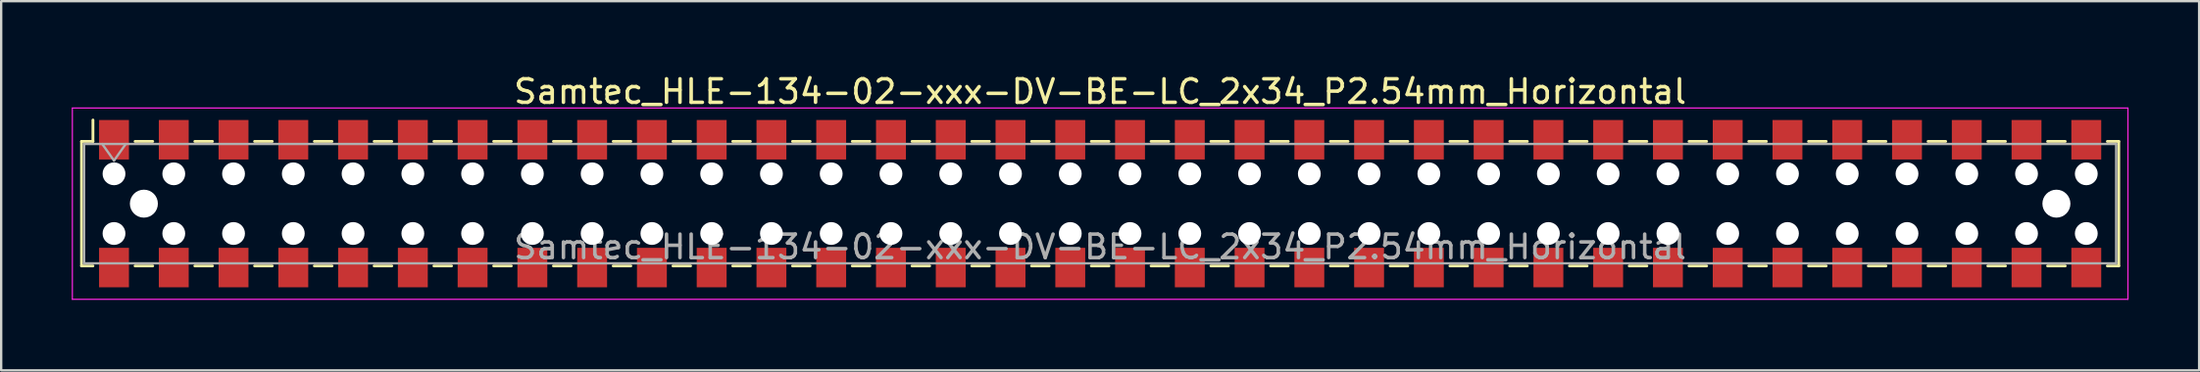
<source format=kicad_pcb>
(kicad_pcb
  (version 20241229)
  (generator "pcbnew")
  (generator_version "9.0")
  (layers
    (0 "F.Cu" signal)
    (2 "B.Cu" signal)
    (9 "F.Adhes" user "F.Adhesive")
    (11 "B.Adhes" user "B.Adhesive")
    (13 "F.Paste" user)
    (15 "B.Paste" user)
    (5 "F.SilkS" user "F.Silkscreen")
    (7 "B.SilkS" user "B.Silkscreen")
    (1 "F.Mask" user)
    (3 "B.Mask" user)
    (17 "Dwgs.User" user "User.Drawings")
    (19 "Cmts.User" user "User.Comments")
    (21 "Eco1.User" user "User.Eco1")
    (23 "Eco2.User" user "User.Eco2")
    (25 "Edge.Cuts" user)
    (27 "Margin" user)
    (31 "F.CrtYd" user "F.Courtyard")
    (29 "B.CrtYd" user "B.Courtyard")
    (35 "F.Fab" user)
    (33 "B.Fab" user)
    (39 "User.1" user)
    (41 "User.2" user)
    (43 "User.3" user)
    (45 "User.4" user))
  (footprint "Samtec_HLE-134-02-xxx-DV-BE-LC_2x34_P2.54mm_Horizontal"
    (layer "F.Cu")
    (at 43.705 5.618)
    (property "Reference" "Samtec_HLE-134-02-xxx-DV-BE-LC_2x34_P2.54mm_Horizontal" (at 0 -4.77 0) (layer "F.SilkS") (effects (font (size 1 1) (thickness 0.15))))
    (attr smd)
    (fp_line (start -43.29 -2.65) (end -43.29 2.65) (stroke (width 0.12) (type solid)) (layer "F.SilkS"))
    (fp_line (start -43.29 2.65) (end -42.805 2.65) (stroke (width 0.12) (type solid)) (layer "F.SilkS"))
    (fp_line (start -42.805 -3.56) (end -42.805 -2.65) (stroke (width 0.12) (type solid)) (layer "F.SilkS"))
    (fp_line (start -42.805 -2.65) (end -43.29 -2.65) (stroke (width 0.12) (type solid)) (layer "F.SilkS"))
    (fp_line (start -41.015 -2.65) (end -40.265 -2.65) (stroke (width 0.12) (type solid)) (layer "F.SilkS"))
    (fp_line (start -41.015 2.65) (end -40.265 2.65) (stroke (width 0.12) (type solid)) (layer "F.SilkS"))
    (fp_line (start -38.475 -2.65) (end -37.725 -2.65) (stroke (width 0.12) (type solid)) (layer "F.SilkS"))
    (fp_line (start -38.475 2.65) (end -37.725 2.65) (stroke (width 0.12) (type solid)) (layer "F.SilkS"))
    (fp_line (start -35.935 -2.65) (end -35.185 -2.65) (stroke (width 0.12) (type solid)) (layer "F.SilkS"))
    (fp_line (start -35.935 2.65) (end -35.185 2.65) (stroke (width 0.12) (type solid)) (layer "F.SilkS"))
    (fp_line (start -33.395 -2.65) (end -32.645 -2.65) (stroke (width 0.12) (type solid)) (layer "F.SilkS"))
    (fp_line (start -33.395 2.65) (end -32.645 2.65) (stroke (width 0.12) (type solid)) (layer "F.SilkS"))
    (fp_line (start -30.855 -2.65) (end -30.105 -2.65) (stroke (width 0.12) (type solid)) (layer "F.SilkS"))
    (fp_line (start -30.855 2.65) (end -30.105 2.65) (stroke (width 0.12) (type solid)) (layer "F.SilkS"))
    (fp_line (start -28.315 -2.65) (end -27.565 -2.65) (stroke (width 0.12) (type solid)) (layer "F.SilkS"))
    (fp_line (start -28.315 2.65) (end -27.565 2.65) (stroke (width 0.12) (type solid)) (layer "F.SilkS"))
    (fp_line (start -25.775 -2.65) (end -25.025 -2.65) (stroke (width 0.12) (type solid)) (layer "F.SilkS"))
    (fp_line (start -25.775 2.65) (end -25.025 2.65) (stroke (width 0.12) (type solid)) (layer "F.SilkS"))
    (fp_line (start -23.235 -2.65) (end -22.485 -2.65) (stroke (width 0.12) (type solid)) (layer "F.SilkS"))
    (fp_line (start -23.235 2.65) (end -22.485 2.65) (stroke (width 0.12) (type solid)) (layer "F.SilkS"))
    (fp_line (start -20.695 -2.65) (end -19.945 -2.65) (stroke (width 0.12) (type solid)) (layer "F.SilkS"))
    (fp_line (start -20.695 2.65) (end -19.945 2.65) (stroke (width 0.12) (type solid)) (layer "F.SilkS"))
    (fp_line (start -18.155 -2.65) (end -17.405 -2.65) (stroke (width 0.12) (type solid)) (layer "F.SilkS"))
    (fp_line (start -18.155 2.65) (end -17.405 2.65) (stroke (width 0.12) (type solid)) (layer "F.SilkS"))
    (fp_line (start -15.615 -2.65) (end -14.865 -2.65) (stroke (width 0.12) (type solid)) (layer "F.SilkS"))
    (fp_line (start -15.615 2.65) (end -14.865 2.65) (stroke (width 0.12) (type solid)) (layer "F.SilkS"))
    (fp_line (start -13.075 -2.65) (end -12.325 -2.65) (stroke (width 0.12) (type solid)) (layer "F.SilkS"))
    (fp_line (start -13.075 2.65) (end -12.325 2.65) (stroke (width 0.12) (type solid)) (layer "F.SilkS"))
    (fp_line (start -10.535 -2.65) (end -9.785 -2.65) (stroke (width 0.12) (type solid)) (layer "F.SilkS"))
    (fp_line (start -10.535 2.65) (end -9.785 2.65) (stroke (width 0.12) (type solid)) (layer "F.SilkS"))
    (fp_line (start -7.995 -2.65) (end -7.245 -2.65) (stroke (width 0.12) (type solid)) (layer "F.SilkS"))
    (fp_line (start -7.995 2.65) (end -7.245 2.65) (stroke (width 0.12) (type solid)) (layer "F.SilkS"))
    (fp_line (start -5.455 -2.65) (end -4.705 -2.65) (stroke (width 0.12) (type solid)) (layer "F.SilkS"))
    (fp_line (start -5.455 2.65) (end -4.705 2.65) (stroke (width 0.12) (type solid)) (layer "F.SilkS"))
    (fp_line (start -2.915 -2.65) (end -2.165 -2.65) (stroke (width 0.12) (type solid)) (layer "F.SilkS"))
    (fp_line (start -2.915 2.65) (end -2.165 2.65) (stroke (width 0.12) (type solid)) (layer "F.SilkS"))
    (fp_line (start -0.375 -2.65) (end 0.375 -2.65) (stroke (width 0.12) (type solid)) (layer "F.SilkS"))
    (fp_line (start -0.375 2.65) (end 0.375 2.65) (stroke (width 0.12) (type solid)) (layer "F.SilkS"))
    (fp_line (start 2.165 -2.65) (end 2.915 -2.65) (stroke (width 0.12) (type solid)) (layer "F.SilkS"))
    (fp_line (start 2.165 2.65) (end 2.915 2.65) (stroke (width 0.12) (type solid)) (layer "F.SilkS"))
    (fp_line (start 4.705 -2.65) (end 5.455 -2.65) (stroke (width 0.12) (type solid)) (layer "F.SilkS"))
    (fp_line (start 4.705 2.65) (end 5.455 2.65) (stroke (width 0.12) (type solid)) (layer "F.SilkS"))
    (fp_line (start 7.245 -2.65) (end 7.995 -2.65) (stroke (width 0.12) (type solid)) (layer "F.SilkS"))
    (fp_line (start 7.245 2.65) (end 7.995 2.65) (stroke (width 0.12) (type solid)) (layer "F.SilkS"))
    (fp_line (start 9.785 -2.65) (end 10.535 -2.65) (stroke (width 0.12) (type solid)) (layer "F.SilkS"))
    (fp_line (start 9.785 2.65) (end 10.535 2.65) (stroke (width 0.12) (type solid)) (layer "F.SilkS"))
    (fp_line (start 12.325 -2.65) (end 13.075 -2.65) (stroke (width 0.12) (type solid)) (layer "F.SilkS"))
    (fp_line (start 12.325 2.65) (end 13.075 2.65) (stroke (width 0.12) (type solid)) (layer "F.SilkS"))
    (fp_line (start 14.865 -2.65) (end 15.615 -2.65) (stroke (width 0.12) (type solid)) (layer "F.SilkS"))
    (fp_line (start 14.865 2.65) (end 15.615 2.65) (stroke (width 0.12) (type solid)) (layer "F.SilkS"))
    (fp_line (start 17.405 -2.65) (end 18.155 -2.65) (stroke (width 0.12) (type solid)) (layer "F.SilkS"))
    (fp_line (start 17.405 2.65) (end 18.155 2.65) (stroke (width 0.12) (type solid)) (layer "F.SilkS"))
    (fp_line (start 19.945 -2.65) (end 20.695 -2.65) (stroke (width 0.12) (type solid)) (layer "F.SilkS"))
    (fp_line (start 19.945 2.65) (end 20.695 2.65) (stroke (width 0.12) (type solid)) (layer "F.SilkS"))
    (fp_line (start 22.485 -2.65) (end 23.235 -2.65) (stroke (width 0.12) (type solid)) (layer "F.SilkS"))
    (fp_line (start 22.485 2.65) (end 23.235 2.65) (stroke (width 0.12) (type solid)) (layer "F.SilkS"))
    (fp_line (start 25.025 -2.65) (end 25.775 -2.65) (stroke (width 0.12) (type solid)) (layer "F.SilkS"))
    (fp_line (start 25.025 2.65) (end 25.775 2.65) (stroke (width 0.12) (type solid)) (layer "F.SilkS"))
    (fp_line (start 27.565 -2.65) (end 28.315 -2.65) (stroke (width 0.12) (type solid)) (layer "F.SilkS"))
    (fp_line (start 27.565 2.65) (end 28.315 2.65) (stroke (width 0.12) (type solid)) (layer "F.SilkS"))
    (fp_line (start 30.105 -2.65) (end 30.855 -2.65) (stroke (width 0.12) (type solid)) (layer "F.SilkS"))
    (fp_line (start 30.105 2.65) (end 30.855 2.65) (stroke (width 0.12) (type solid)) (layer "F.SilkS"))
    (fp_line (start 32.645 -2.65) (end 33.395 -2.65) (stroke (width 0.12) (type solid)) (layer "F.SilkS"))
    (fp_line (start 32.645 2.65) (end 33.395 2.65) (stroke (width 0.12) (type solid)) (layer "F.SilkS"))
    (fp_line (start 35.185 -2.65) (end 35.935 -2.65) (stroke (width 0.12) (type solid)) (layer "F.SilkS"))
    (fp_line (start 35.185 2.65) (end 35.935 2.65) (stroke (width 0.12) (type solid)) (layer "F.SilkS"))
    (fp_line (start 37.725 -2.65) (end 38.475 -2.65) (stroke (width 0.12) (type solid)) (layer "F.SilkS"))
    (fp_line (start 37.725 2.65) (end 38.475 2.65) (stroke (width 0.12) (type solid)) (layer "F.SilkS"))
    (fp_line (start 40.265 -2.65) (end 41.015 -2.65) (stroke (width 0.12) (type solid)) (layer "F.SilkS"))
    (fp_line (start 40.265 2.65) (end 41.015 2.65) (stroke (width 0.12) (type solid)) (layer "F.SilkS"))
    (fp_line (start 42.805 -2.65) (end 43.29 -2.65) (stroke (width 0.12) (type solid)) (layer "F.SilkS"))
    (fp_line (start 43.29 -2.65) (end 43.29 2.65) (stroke (width 0.12) (type solid)) (layer "F.SilkS"))
    (fp_line (start 43.29 2.65) (end 42.805 2.65) (stroke (width 0.12) (type solid)) (layer "F.SilkS"))
    (fp_line (start -43.68 -4.07) (end 43.68 -4.07) (stroke (width 0.05) (type solid)) (layer "F.CrtYd"))
    (fp_line (start -43.68 4.07) (end -43.68 -4.07) (stroke (width 0.05) (type solid)) (layer "F.CrtYd"))
    (fp_line (start 43.68 -4.07) (end 43.68 4.07) (stroke (width 0.05) (type solid)) (layer "F.CrtYd"))
    (fp_line (start 43.68 4.07) (end -43.68 4.07) (stroke (width 0.05) (type solid)) (layer "F.CrtYd"))
    (fp_line (start -43.18 -2.54) (end 43.18 -2.54) (stroke (width 0.1) (type solid)) (layer "F.Fab"))
    (fp_line (start -43.18 2.54) (end -43.18 -2.54) (stroke (width 0.1) (type solid)) (layer "F.Fab"))
    (fp_line (start -42.41 -2.54) (end -41.91 -1.833) (stroke (width 0.1) (type solid)) (layer "F.Fab"))
    (fp_line (start -41.91 -1.833) (end -41.41 -2.54) (stroke (width 0.1) (type solid)) (layer "F.Fab"))
    (fp_line (start 43.18 -2.54) (end 43.18 2.54) (stroke (width 0.1) (type solid)) (layer "F.Fab"))
    (fp_line (start 43.18 2.54) (end -43.18 2.54) (stroke (width 0.1) (type solid)) (layer "F.Fab"))
    (fp_text user "${REFERENCE}" (at 0 1.84 0) (layer "F.Fab") (effects (font (size 1 1) (thickness 0.15))))
    (pad "" np_thru_hole circle (at -41.91 -1.27) (size 0.97 0.97) (drill 0.97) (layers "*.Cu" "*.Mask"))
    (pad "" np_thru_hole circle (at -41.91 1.27) (size 0.97 0.97) (drill 0.97) (layers "*.Cu" "*.Mask"))
    (pad "" np_thru_hole circle (at -40.64 0) (size 1.19 1.19) (drill 1.19) (layers "*.Cu" "*.Mask"))
    (pad "" np_thru_hole circle (at -39.37 -1.27) (size 0.97 0.97) (drill 0.97) (layers "*.Cu" "*.Mask"))
    (pad "" np_thru_hole circle (at -39.37 1.27) (size 0.97 0.97) (drill 0.97) (layers "*.Cu" "*.Mask"))
    (pad "" np_thru_hole circle (at -36.83 -1.27) (size 0.97 0.97) (drill 0.97) (layers "*.Cu" "*.Mask"))
    (pad "" np_thru_hole circle (at -36.83 1.27) (size 0.97 0.97) (drill 0.97) (layers "*.Cu" "*.Mask"))
    (pad "" np_thru_hole circle (at -34.29 -1.27) (size 0.97 0.97) (drill 0.97) (layers "*.Cu" "*.Mask"))
    (pad "" np_thru_hole circle (at -34.29 1.27) (size 0.97 0.97) (drill 0.97) (layers "*.Cu" "*.Mask"))
    (pad "" np_thru_hole circle (at -31.75 -1.27) (size 0.97 0.97) (drill 0.97) (layers "*.Cu" "*.Mask"))
    (pad "" np_thru_hole circle (at -31.75 1.27) (size 0.97 0.97) (drill 0.97) (layers "*.Cu" "*.Mask"))
    (pad "" np_thru_hole circle (at -29.21 -1.27) (size 0.97 0.97) (drill 0.97) (layers "*.Cu" "*.Mask"))
    (pad "" np_thru_hole circle (at -29.21 1.27) (size 0.97 0.97) (drill 0.97) (layers "*.Cu" "*.Mask"))
    (pad "" np_thru_hole circle (at -26.67 -1.27) (size 0.97 0.97) (drill 0.97) (layers "*.Cu" "*.Mask"))
    (pad "" np_thru_hole circle (at -26.67 1.27) (size 0.97 0.97) (drill 0.97) (layers "*.Cu" "*.Mask"))
    (pad "" np_thru_hole circle (at -24.13 -1.27) (size 0.97 0.97) (drill 0.97) (layers "*.Cu" "*.Mask"))
    (pad "" np_thru_hole circle (at -24.13 1.27) (size 0.97 0.97) (drill 0.97) (layers "*.Cu" "*.Mask"))
    (pad "" np_thru_hole circle (at -21.59 -1.27) (size 0.97 0.97) (drill 0.97) (layers "*.Cu" "*.Mask"))
    (pad "" np_thru_hole circle (at -21.59 1.27) (size 0.97 0.97) (drill 0.97) (layers "*.Cu" "*.Mask"))
    (pad "" np_thru_hole circle (at -19.05 -1.27) (size 0.97 0.97) (drill 0.97) (layers "*.Cu" "*.Mask"))
    (pad "" np_thru_hole circle (at -19.05 1.27) (size 0.97 0.97) (drill 0.97) (layers "*.Cu" "*.Mask"))
    (pad "" np_thru_hole circle (at -16.51 -1.27) (size 0.97 0.97) (drill 0.97) (layers "*.Cu" "*.Mask"))
    (pad "" np_thru_hole circle (at -16.51 1.27) (size 0.97 0.97) (drill 0.97) (layers "*.Cu" "*.Mask"))
    (pad "" np_thru_hole circle (at -13.97 -1.27) (size 0.97 0.97) (drill 0.97) (layers "*.Cu" "*.Mask"))
    (pad "" np_thru_hole circle (at -13.97 1.27) (size 0.97 0.97) (drill 0.97) (layers "*.Cu" "*.Mask"))
    (pad "" np_thru_hole circle (at -11.43 -1.27) (size 0.97 0.97) (drill 0.97) (layers "*.Cu" "*.Mask"))
    (pad "" np_thru_hole circle (at -11.43 1.27) (size 0.97 0.97) (drill 0.97) (layers "*.Cu" "*.Mask"))
    (pad "" np_thru_hole circle (at -8.89 -1.27) (size 0.97 0.97) (drill 0.97) (layers "*.Cu" "*.Mask"))
    (pad "" np_thru_hole circle (at -8.89 1.27) (size 0.97 0.97) (drill 0.97) (layers "*.Cu" "*.Mask"))
    (pad "" np_thru_hole circle (at -6.35 -1.27) (size 0.97 0.97) (drill 0.97) (layers "*.Cu" "*.Mask"))
    (pad "" np_thru_hole circle (at -6.35 1.27) (size 0.97 0.97) (drill 0.97) (layers "*.Cu" "*.Mask"))
    (pad "" np_thru_hole circle (at -3.81 -1.27) (size 0.97 0.97) (drill 0.97) (layers "*.Cu" "*.Mask"))
    (pad "" np_thru_hole circle (at -3.81 1.27) (size 0.97 0.97) (drill 0.97) (layers "*.Cu" "*.Mask"))
    (pad "" np_thru_hole circle (at -1.27 -1.27) (size 0.97 0.97) (drill 0.97) (layers "*.Cu" "*.Mask"))
    (pad "" np_thru_hole circle (at -1.27 1.27) (size 0.97 0.97) (drill 0.97) (layers "*.Cu" "*.Mask"))
    (pad "" np_thru_hole circle (at 1.27 -1.27) (size 0.97 0.97) (drill 0.97) (layers "*.Cu" "*.Mask"))
    (pad "" np_thru_hole circle (at 1.27 1.27) (size 0.97 0.97) (drill 0.97) (layers "*.Cu" "*.Mask"))
    (pad "" np_thru_hole circle (at 3.81 -1.27) (size 0.97 0.97) (drill 0.97) (layers "*.Cu" "*.Mask"))
    (pad "" np_thru_hole circle (at 3.81 1.27) (size 0.97 0.97) (drill 0.97) (layers "*.Cu" "*.Mask"))
    (pad "" np_thru_hole circle (at 6.35 -1.27) (size 0.97 0.97) (drill 0.97) (layers "*.Cu" "*.Mask"))
    (pad "" np_thru_hole circle (at 6.35 1.27) (size 0.97 0.97) (drill 0.97) (layers "*.Cu" "*.Mask"))
    (pad "" np_thru_hole circle (at 8.89 -1.27) (size 0.97 0.97) (drill 0.97) (layers "*.Cu" "*.Mask"))
    (pad "" np_thru_hole circle (at 8.89 1.27) (size 0.97 0.97) (drill 0.97) (layers "*.Cu" "*.Mask"))
    (pad "" np_thru_hole circle (at 11.43 -1.27) (size 0.97 0.97) (drill 0.97) (layers "*.Cu" "*.Mask"))
    (pad "" np_thru_hole circle (at 11.43 1.27) (size 0.97 0.97) (drill 0.97) (layers "*.Cu" "*.Mask"))
    (pad "" np_thru_hole circle (at 13.97 -1.27) (size 0.97 0.97) (drill 0.97) (layers "*.Cu" "*.Mask"))
    (pad "" np_thru_hole circle (at 13.97 1.27) (size 0.97 0.97) (drill 0.97) (layers "*.Cu" "*.Mask"))
    (pad "" np_thru_hole circle (at 16.51 -1.27) (size 0.97 0.97) (drill 0.97) (layers "*.Cu" "*.Mask"))
    (pad "" np_thru_hole circle (at 16.51 1.27) (size 0.97 0.97) (drill 0.97) (layers "*.Cu" "*.Mask"))
    (pad "" np_thru_hole circle (at 19.05 -1.27) (size 0.97 0.97) (drill 0.97) (layers "*.Cu" "*.Mask"))
    (pad "" np_thru_hole circle (at 19.05 1.27) (size 0.97 0.97) (drill 0.97) (layers "*.Cu" "*.Mask"))
    (pad "" np_thru_hole circle (at 21.59 -1.27) (size 0.97 0.97) (drill 0.97) (layers "*.Cu" "*.Mask"))
    (pad "" np_thru_hole circle (at 21.59 1.27) (size 0.97 0.97) (drill 0.97) (layers "*.Cu" "*.Mask"))
    (pad "" np_thru_hole circle (at 24.13 -1.27) (size 0.97 0.97) (drill 0.97) (layers "*.Cu" "*.Mask"))
    (pad "" np_thru_hole circle (at 24.13 1.27) (size 0.97 0.97) (drill 0.97) (layers "*.Cu" "*.Mask"))
    (pad "" np_thru_hole circle (at 26.67 -1.27) (size 0.97 0.97) (drill 0.97) (layers "*.Cu" "*.Mask"))
    (pad "" np_thru_hole circle (at 26.67 1.27) (size 0.97 0.97) (drill 0.97) (layers "*.Cu" "*.Mask"))
    (pad "" np_thru_hole circle (at 29.21 -1.27) (size 0.97 0.97) (drill 0.97) (layers "*.Cu" "*.Mask"))
    (pad "" np_thru_hole circle (at 29.21 1.27) (size 0.97 0.97) (drill 0.97) (layers "*.Cu" "*.Mask"))
    (pad "" np_thru_hole circle (at 31.75 -1.27) (size 0.97 0.97) (drill 0.97) (layers "*.Cu" "*.Mask"))
    (pad "" np_thru_hole circle (at 31.75 1.27) (size 0.97 0.97) (drill 0.97) (layers "*.Cu" "*.Mask"))
    (pad "" np_thru_hole circle (at 34.29 -1.27) (size 0.97 0.97) (drill 0.97) (layers "*.Cu" "*.Mask"))
    (pad "" np_thru_hole circle (at 34.29 1.27) (size 0.97 0.97) (drill 0.97) (layers "*.Cu" "*.Mask"))
    (pad "" np_thru_hole circle (at 36.83 -1.27) (size 0.97 0.97) (drill 0.97) (layers "*.Cu" "*.Mask"))
    (pad "" np_thru_hole circle (at 36.83 1.27) (size 0.97 0.97) (drill 0.97) (layers "*.Cu" "*.Mask"))
    (pad "" np_thru_hole circle (at 39.37 -1.27) (size 0.97 0.97) (drill 0.97) (layers "*.Cu" "*.Mask"))
    (pad "" np_thru_hole circle (at 39.37 1.27) (size 0.97 0.97) (drill 0.97) (layers "*.Cu" "*.Mask"))
    (pad "" np_thru_hole circle (at 40.64 0) (size 1.19 1.19) (drill 1.19) (layers "*.Cu" "*.Mask"))
    (pad "" np_thru_hole circle (at 41.91 -1.27) (size 0.97 0.97) (drill 0.97) (layers "*.Cu" "*.Mask"))
    (pad "" np_thru_hole circle (at 41.91 1.27) (size 0.97 0.97) (drill 0.97) (layers "*.Cu" "*.Mask"))
    (pad "1" smd rect (at -41.91 -2.72) (size 1.27 1.68) (layers "F.Cu" "F.Mask" "F.Paste"))
    (pad "2" smd rect (at -41.91 2.72) (size 1.27 1.68) (layers "F.Cu" "F.Mask" "F.Paste"))
    (pad "3" smd rect (at -39.37 -2.72) (size 1.27 1.68) (layers "F.Cu" "F.Mask" "F.Paste"))
    (pad "4" smd rect (at -39.37 2.72) (size 1.27 1.68) (layers "F.Cu" "F.Mask" "F.Paste"))
    (pad "5" smd rect (at -36.83 -2.72) (size 1.27 1.68) (layers "F.Cu" "F.Mask" "F.Paste"))
    (pad "6" smd rect (at -36.83 2.72) (size 1.27 1.68) (layers "F.Cu" "F.Mask" "F.Paste"))
    (pad "7" smd rect (at -34.29 -2.72) (size 1.27 1.68) (layers "F.Cu" "F.Mask" "F.Paste"))
    (pad "8" smd rect (at -34.29 2.72) (size 1.27 1.68) (layers "F.Cu" "F.Mask" "F.Paste"))
    (pad "9" smd rect (at -31.75 -2.72) (size 1.27 1.68) (layers "F.Cu" "F.Mask" "F.Paste"))
    (pad "10" smd rect (at -31.75 2.72) (size 1.27 1.68) (layers "F.Cu" "F.Mask" "F.Paste"))
    (pad "11" smd rect (at -29.21 -2.72) (size 1.27 1.68) (layers "F.Cu" "F.Mask" "F.Paste"))
    (pad "12" smd rect (at -29.21 2.72) (size 1.27 1.68) (layers "F.Cu" "F.Mask" "F.Paste"))
    (pad "13" smd rect (at -26.67 -2.72) (size 1.27 1.68) (layers "F.Cu" "F.Mask" "F.Paste"))
    (pad "14" smd rect (at -26.67 2.72) (size 1.27 1.68) (layers "F.Cu" "F.Mask" "F.Paste"))
    (pad "15" smd rect (at -24.13 -2.72) (size 1.27 1.68) (layers "F.Cu" "F.Mask" "F.Paste"))
    (pad "16" smd rect (at -24.13 2.72) (size 1.27 1.68) (layers "F.Cu" "F.Mask" "F.Paste"))
    (pad "17" smd rect (at -21.59 -2.72) (size 1.27 1.68) (layers "F.Cu" "F.Mask" "F.Paste"))
    (pad "18" smd rect (at -21.59 2.72) (size 1.27 1.68) (layers "F.Cu" "F.Mask" "F.Paste"))
    (pad "19" smd rect (at -19.05 -2.72) (size 1.27 1.68) (layers "F.Cu" "F.Mask" "F.Paste"))
    (pad "20" smd rect (at -19.05 2.72) (size 1.27 1.68) (layers "F.Cu" "F.Mask" "F.Paste"))
    (pad "21" smd rect (at -16.51 -2.72) (size 1.27 1.68) (layers "F.Cu" "F.Mask" "F.Paste"))
    (pad "22" smd rect (at -16.51 2.72) (size 1.27 1.68) (layers "F.Cu" "F.Mask" "F.Paste"))
    (pad "23" smd rect (at -13.97 -2.72) (size 1.27 1.68) (layers "F.Cu" "F.Mask" "F.Paste"))
    (pad "24" smd rect (at -13.97 2.72) (size 1.27 1.68) (layers "F.Cu" "F.Mask" "F.Paste"))
    (pad "25" smd rect (at -11.43 -2.72) (size 1.27 1.68) (layers "F.Cu" "F.Mask" "F.Paste"))
    (pad "26" smd rect (at -11.43 2.72) (size 1.27 1.68) (layers "F.Cu" "F.Mask" "F.Paste"))
    (pad "27" smd rect (at -8.89 -2.72) (size 1.27 1.68) (layers "F.Cu" "F.Mask" "F.Paste"))
    (pad "28" smd rect (at -8.89 2.72) (size 1.27 1.68) (layers "F.Cu" "F.Mask" "F.Paste"))
    (pad "29" smd rect (at -6.35 -2.72) (size 1.27 1.68) (layers "F.Cu" "F.Mask" "F.Paste"))
    (pad "30" smd rect (at -6.35 2.72) (size 1.27 1.68) (layers "F.Cu" "F.Mask" "F.Paste"))
    (pad "31" smd rect (at -3.81 -2.72) (size 1.27 1.68) (layers "F.Cu" "F.Mask" "F.Paste"))
    (pad "32" smd rect (at -3.81 2.72) (size 1.27 1.68) (layers "F.Cu" "F.Mask" "F.Paste"))
    (pad "33" smd rect (at -1.27 -2.72) (size 1.27 1.68) (layers "F.Cu" "F.Mask" "F.Paste"))
    (pad "34" smd rect (at -1.27 2.72) (size 1.27 1.68) (layers "F.Cu" "F.Mask" "F.Paste"))
    (pad "35" smd rect (at 1.27 -2.72) (size 1.27 1.68) (layers "F.Cu" "F.Mask" "F.Paste"))
    (pad "36" smd rect (at 1.27 2.72) (size 1.27 1.68) (layers "F.Cu" "F.Mask" "F.Paste"))
    (pad "37" smd rect (at 3.81 -2.72) (size 1.27 1.68) (layers "F.Cu" "F.Mask" "F.Paste"))
    (pad "38" smd rect (at 3.81 2.72) (size 1.27 1.68) (layers "F.Cu" "F.Mask" "F.Paste"))
    (pad "39" smd rect (at 6.35 -2.72) (size 1.27 1.68) (layers "F.Cu" "F.Mask" "F.Paste"))
    (pad "40" smd rect (at 6.35 2.72) (size 1.27 1.68) (layers "F.Cu" "F.Mask" "F.Paste"))
    (pad "41" smd rect (at 8.89 -2.72) (size 1.27 1.68) (layers "F.Cu" "F.Mask" "F.Paste"))
    (pad "42" smd rect (at 8.89 2.72) (size 1.27 1.68) (layers "F.Cu" "F.Mask" "F.Paste"))
    (pad "43" smd rect (at 11.43 -2.72) (size 1.27 1.68) (layers "F.Cu" "F.Mask" "F.Paste"))
    (pad "44" smd rect (at 11.43 2.72) (size 1.27 1.68) (layers "F.Cu" "F.Mask" "F.Paste"))
    (pad "45" smd rect (at 13.97 -2.72) (size 1.27 1.68) (layers "F.Cu" "F.Mask" "F.Paste"))
    (pad "46" smd rect (at 13.97 2.72) (size 1.27 1.68) (layers "F.Cu" "F.Mask" "F.Paste"))
    (pad "47" smd rect (at 16.51 -2.72) (size 1.27 1.68) (layers "F.Cu" "F.Mask" "F.Paste"))
    (pad "48" smd rect (at 16.51 2.72) (size 1.27 1.68) (layers "F.Cu" "F.Mask" "F.Paste"))
    (pad "49" smd rect (at 19.05 -2.72) (size 1.27 1.68) (layers "F.Cu" "F.Mask" "F.Paste"))
    (pad "50" smd rect (at 19.05 2.72) (size 1.27 1.68) (layers "F.Cu" "F.Mask" "F.Paste"))
    (pad "51" smd rect (at 21.59 -2.72) (size 1.27 1.68) (layers "F.Cu" "F.Mask" "F.Paste"))
    (pad "52" smd rect (at 21.59 2.72) (size 1.27 1.68) (layers "F.Cu" "F.Mask" "F.Paste"))
    (pad "53" smd rect (at 24.13 -2.72) (size 1.27 1.68) (layers "F.Cu" "F.Mask" "F.Paste"))
    (pad "54" smd rect (at 24.13 2.72) (size 1.27 1.68) (layers "F.Cu" "F.Mask" "F.Paste"))
    (pad "55" smd rect (at 26.67 -2.72) (size 1.27 1.68) (layers "F.Cu" "F.Mask" "F.Paste"))
    (pad "56" smd rect (at 26.67 2.72) (size 1.27 1.68) (layers "F.Cu" "F.Mask" "F.Paste"))
    (pad "57" smd rect (at 29.21 -2.72) (size 1.27 1.68) (layers "F.Cu" "F.Mask" "F.Paste"))
    (pad "58" smd rect (at 29.21 2.72) (size 1.27 1.68) (layers "F.Cu" "F.Mask" "F.Paste"))
    (pad "59" smd rect (at 31.75 -2.72) (size 1.27 1.68) (layers "F.Cu" "F.Mask" "F.Paste"))
    (pad "60" smd rect (at 31.75 2.72) (size 1.27 1.68) (layers "F.Cu" "F.Mask" "F.Paste"))
    (pad "61" smd rect (at 34.29 -2.72) (size 1.27 1.68) (layers "F.Cu" "F.Mask" "F.Paste"))
    (pad "62" smd rect (at 34.29 2.72) (size 1.27 1.68) (layers "F.Cu" "F.Mask" "F.Paste"))
    (pad "63" smd rect (at 36.83 -2.72) (size 1.27 1.68) (layers "F.Cu" "F.Mask" "F.Paste"))
    (pad "64" smd rect (at 36.83 2.72) (size 1.27 1.68) (layers "F.Cu" "F.Mask" "F.Paste"))
    (pad "65" smd rect (at 39.37 -2.72) (size 1.27 1.68) (layers "F.Cu" "F.Mask" "F.Paste"))
    (pad "66" smd rect (at 39.37 2.72) (size 1.27 1.68) (layers "F.Cu" "F.Mask" "F.Paste"))
    (pad "67" smd rect (at 41.91 -2.72) (size 1.27 1.68) (layers "F.Cu" "F.Mask" "F.Paste"))
    (pad "68" smd rect (at 41.91 2.72) (size 1.27 1.68) (layers "F.Cu" "F.Mask" "F.Paste")))
  (gr_rect
    (start -3 -3)
    (end 90.41 12.713)
    (stroke (width 0.1) (type default))
    (fill no)
    (layer "Edge.Cuts")))
</source>
